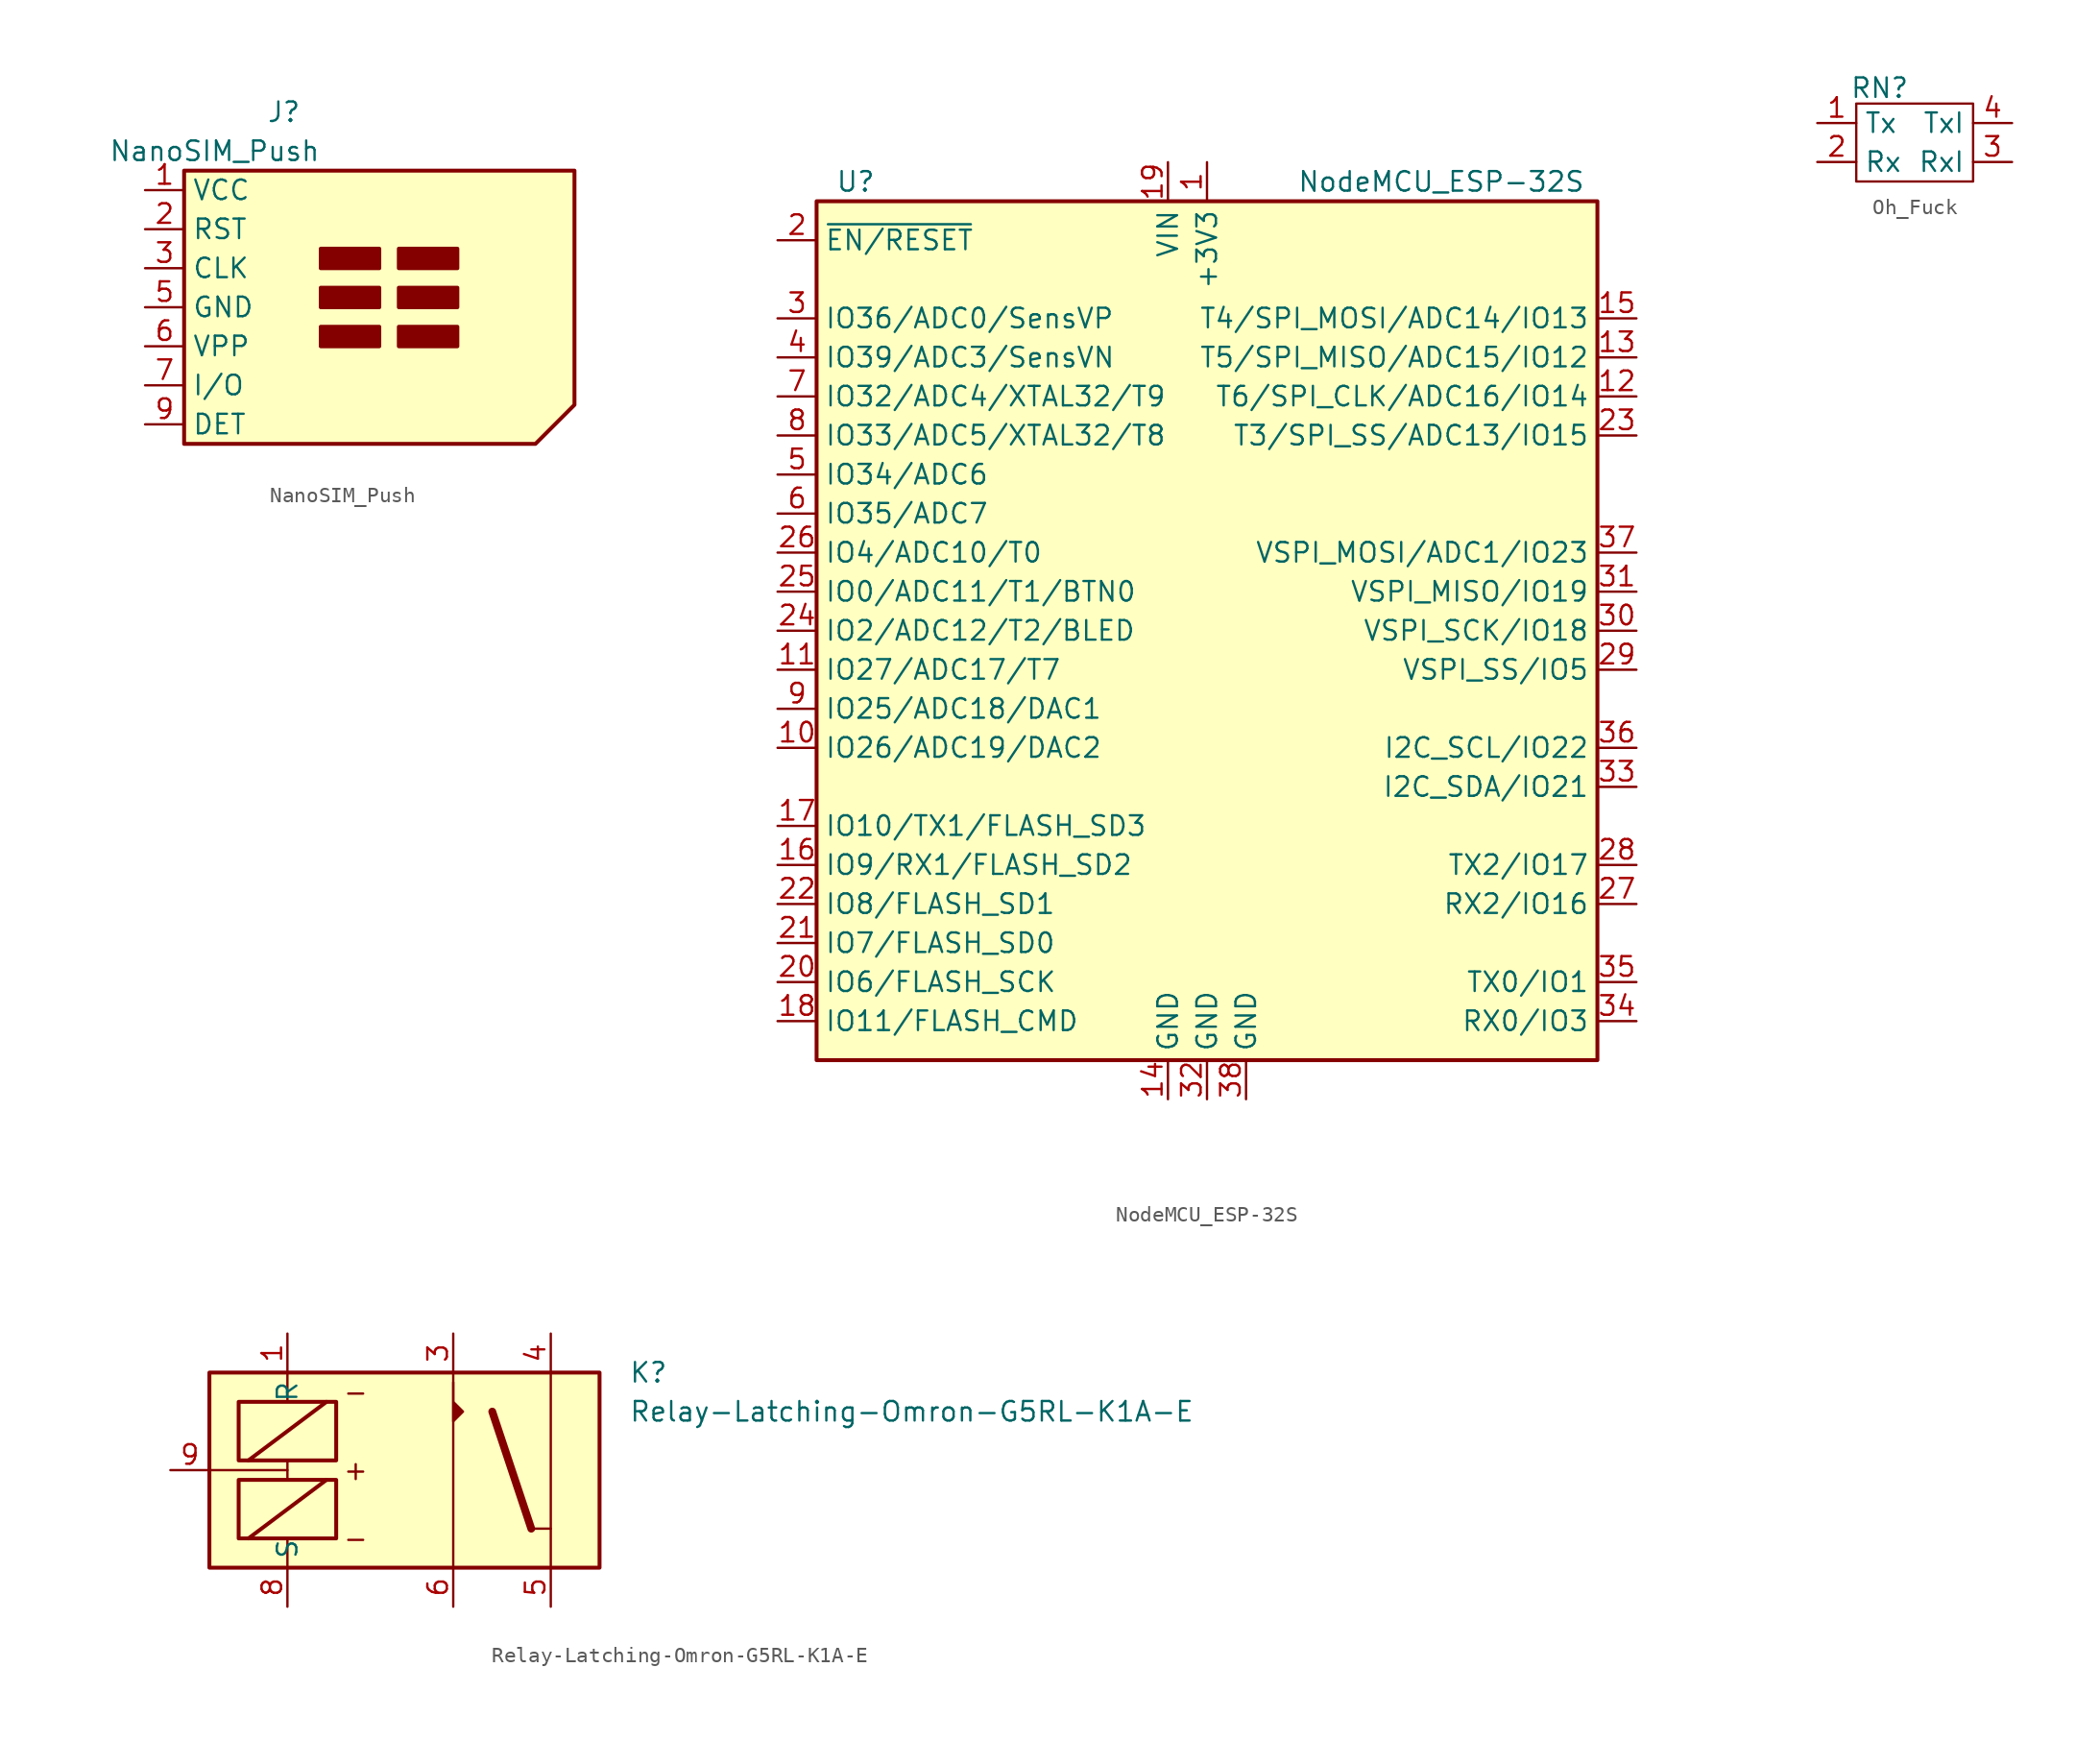
<source format=kicad_sym>
(kicad_symbol_lib
  (version 20231120)
  (generator "kicad_symbol_editor")
  (generator_version "8.0")
  (symbol "NanoSIM_Push"
    (property "Reference" "J"
      (at -2.54 12.7 0)
      (effects (font (size 1.27 1.27)) (justify right)))
    (property "Value" "NanoSIM_Push"
      (at -1.27 10.16 0)
      (effects (font (size 1.27 1.27)) (justify right)))
    (symbol "NanoSIM_Push_0_1"
      (rectangle (start -1.27 -2.54) (end 2.54 -1.27) (stroke (width 0.254) (type default)) (fill (type outline)))
      (rectangle (start -1.27 0) (end 2.54 1.27) (stroke (width 0.254) (type default)) (fill (type outline)))
      (rectangle (start -1.27 2.54) (end 2.54 3.81) (stroke (width 0.254) (type default)) (fill (type outline)))
      (polyline (pts (xy -10.16 8.89) (xy 15.24 8.89) (xy 15.24 -6.35) (xy 12.7 -8.89) (xy -10.16 -8.89) (xy -10.16 8.89)) (stroke (width 0.254) (type default)) (fill (type background)))
      (rectangle (start 3.81 -1.27) (end 7.62 -2.54) (stroke (width 0.254) (type default)) (fill (type outline)))
      (rectangle (start 3.81 0) (end 7.62 1.27) (stroke (width 0.254) (type default)) (fill (type outline)))
      (rectangle (start 3.81 2.54) (end 7.62 3.81) (stroke (width 0.254) (type default)) (fill (type outline))))
    (symbol "NanoSIM_Push_1_1"
      (pin power_in line (at -12.7 7.62 0) (length 2.54) (name "VCC" (effects (font (size 1.27 1.27)))) (number "1" (effects (font (size 1.27 1.27)))))
      (pin input line (at -12.7 5.08 0) (length 2.54) (name "RST" (effects (font (size 1.27 1.27)))) (number "2" (effects (font (size 1.27 1.27)))))
      (pin input line (at -12.7 2.54 0) (length 2.54) (name "CLK" (effects (font (size 1.27 1.27)))) (number "3" (effects (font (size 1.27 1.27)))))
      (pin power_in line (at -12.7 0 0) (length 2.54) (name "GND" (effects (font (size 1.27 1.27)))) (number "5" (effects (font (size 1.27 1.27)))))
      (pin input line (at -12.7 -2.54 0) (length 2.54) (name "VPP" (effects (font (size 1.27 1.27)))) (number "6" (effects (font (size 1.27 1.27)))))
      (pin bidirectional line (at -12.7 -5.08 0) (length 2.54) (name "I/O" (effects (font (size 1.27 1.27)))) (number "7" (effects (font (size 1.27 1.27)))))
      (pin output line (at -12.7 -7.62 0) (length 2.54) (name "DET" (effects (font (size 1.27 1.27)))) (number "9" (effects (font (size 1.27 1.27)))))))
  (symbol "NodeMCU_ESP-32S"
    (property "Reference" "U"
      (at -22.86 29.21 0)
      (effects (font (size 1.27 1.27))))
    (property "Value" "NodeMCU_ESP-32S"
      (at 15.24 29.21 0)
      (effects (font (size 1.27 1.27))))
    (symbol "NodeMCU_ESP-32S_0_1"
      (rectangle (start -25.4 -27.94) (end 25.4 27.94) (stroke (width 0.254) (type default)) (fill (type background))))
    (symbol "NodeMCU_ESP-32S_1_1"
      (pin power_in line (at 0 30.48 270) (length 2.54) (name "+3V3" (effects (font (size 1.27 1.27)))) (number "1" (effects (font (size 1.27 1.27)))))
      (pin bidirectional line (at -27.94 -7.62 0) (length 2.54) (name "IO26/ADC19/DAC2" (effects (font (size 1.27 1.27)))) (number "10" (effects (font (size 1.27 1.27)))))
      (pin bidirectional line (at -27.94 -2.54 0) (length 2.54) (name "IO27/ADC17/T7" (effects (font (size 1.27 1.27)))) (number "11" (effects (font (size 1.27 1.27)))))
      (pin bidirectional line (at 27.94 15.24 180) (length 2.54) (name "T6/SPI_CLK/ADC16/IO14" (effects (font (size 1.27 1.27)))) (number "12" (effects (font (size 1.27 1.27)))))
      (pin bidirectional line (at 27.94 17.78 180) (length 2.54) (name "T5/SPI_MISO/ADC15/IO12" (effects (font (size 1.27 1.27)))) (number "13" (effects (font (size 1.27 1.27)))))
      (pin power_in line (at -2.54 -30.48 90) (length 2.54) (name "GND" (effects (font (size 1.27 1.27)))) (number "14" (effects (font (size 1.27 1.27)))))
      (pin bidirectional line (at 27.94 20.32 180) (length 2.54) (name "T4/SPI_MOSI/ADC14/IO13" (effects (font (size 1.27 1.27)))) (number "15" (effects (font (size 1.27 1.27)))))
      (pin bidirectional line (at -27.94 -15.24 0) (length 2.54) (name "IO9/RX1/FLASH_SD2" (effects (font (size 1.27 1.27)))) (number "16" (effects (font (size 1.27 1.27)))))
      (pin bidirectional line (at -27.94 -12.7 0) (length 2.54) (name "IO10/TX1/FLASH_SD3" (effects (font (size 1.27 1.27)))) (number "17" (effects (font (size 1.27 1.27)))))
      (pin bidirectional line (at -27.94 -25.4 0) (length 2.54) (name "IO11/FLASH_CMD" (effects (font (size 1.27 1.27)))) (number "18" (effects (font (size 1.27 1.27)))))
      (pin power_in line (at -2.54 30.48 270) (length 2.54) (name "VIN" (effects (font (size 1.27 1.27)))) (number "19" (effects (font (size 1.27 1.27)))))
      (pin input line (at -27.94 25.4 0) (length 2.54) (name "~{EN/RESET}" (effects (font (size 1.27 1.27)))) (number "2" (effects (font (size 1.27 1.27)))))
      (pin bidirectional line (at -27.94 -22.86 0) (length 2.54) (name "IO6/FLASH_SCK" (effects (font (size 1.27 1.27)))) (number "20" (effects (font (size 1.27 1.27)))))
      (pin bidirectional line (at -27.94 -20.32 0) (length 2.54) (name "IO7/FLASH_SD0" (effects (font (size 1.27 1.27)))) (number "21" (effects (font (size 1.27 1.27)))))
      (pin bidirectional line (at -27.94 -17.78 0) (length 2.54) (name "IO8/FLASH_SD1" (effects (font (size 1.27 1.27)))) (number "22" (effects (font (size 1.27 1.27)))))
      (pin bidirectional line (at 27.94 12.7 180) (length 2.54) (name "T3/SPI_SS/ADC13/IO15" (effects (font (size 1.27 1.27)))) (number "23" (effects (font (size 1.27 1.27)))))
      (pin bidirectional line (at -27.94 0 0) (length 2.54) (name "IO2/ADC12/T2/BLED" (effects (font (size 1.27 1.27)))) (number "24" (effects (font (size 1.27 1.27)))))
      (pin bidirectional line (at -27.94 2.54 0) (length 2.54) (name "IO0/ADC11/T1/BTN0" (effects (font (size 1.27 1.27)))) (number "25" (effects (font (size 1.27 1.27)))))
      (pin bidirectional line (at -27.94 5.08 0) (length 2.54) (name "IO4/ADC10/T0" (effects (font (size 1.27 1.27)))) (number "26" (effects (font (size 1.27 1.27)))))
      (pin bidirectional line (at 27.94 -17.78 180) (length 2.54) (name "RX2/IO16" (effects (font (size 1.27 1.27)))) (number "27" (effects (font (size 1.27 1.27)))))
      (pin bidirectional line (at 27.94 -15.24 180) (length 2.54) (name "TX2/IO17" (effects (font (size 1.27 1.27)))) (number "28" (effects (font (size 1.27 1.27)))))
      (pin bidirectional line (at 27.94 -2.54 180) (length 2.54) (name "VSPI_SS/IO5" (effects (font (size 1.27 1.27)))) (number "29" (effects (font (size 1.27 1.27)))))
      (pin bidirectional line (at -27.94 20.32 0) (length 2.54) (name "IO36/ADC0/SensVP" (effects (font (size 1.27 1.27)))) (number "3" (effects (font (size 1.27 1.27)))))
      (pin bidirectional line (at 27.94 0 180) (length 2.54) (name "VSPI_SCK/IO18" (effects (font (size 1.27 1.27)))) (number "30" (effects (font (size 1.27 1.27)))))
      (pin bidirectional line (at 27.94 2.54 180) (length 2.54) (name "VSPI_MISO/IO19" (effects (font (size 1.27 1.27)))) (number "31" (effects (font (size 1.27 1.27)))))
      (pin power_in line (at 0 -30.48 90) (length 2.54) (name "GND" (effects (font (size 1.27 1.27)))) (number "32" (effects (font (size 1.27 1.27)))))
      (pin bidirectional line (at 27.94 -10.16 180) (length 2.54) (name "I2C_SDA/IO21" (effects (font (size 1.27 1.27)))) (number "33" (effects (font (size 1.27 1.27)))))
      (pin bidirectional line (at 27.94 -25.4 180) (length 2.54) (name "RX0/IO3" (effects (font (size 1.27 1.27)))) (number "34" (effects (font (size 1.27 1.27)))))
      (pin bidirectional line (at 27.94 -22.86 180) (length 2.54) (name "TX0/IO1" (effects (font (size 1.27 1.27)))) (number "35" (effects (font (size 1.27 1.27)))))
      (pin bidirectional line (at 27.94 -7.62 180) (length 2.54) (name "I2C_SCL/IO22" (effects (font (size 1.27 1.27)))) (number "36" (effects (font (size 1.27 1.27)))))
      (pin bidirectional line (at 27.94 5.08 180) (length 2.54) (name "VSPI_MOSI/ADC1/IO23" (effects (font (size 1.27 1.27)))) (number "37" (effects (font (size 1.27 1.27)))))
      (pin power_in line (at 2.54 -30.48 90) (length 2.54) (name "GND" (effects (font (size 1.27 1.27)))) (number "38" (effects (font (size 1.27 1.27)))))
      (pin bidirectional line (at -27.94 17.78 0) (length 2.54) (name "IO39/ADC3/SensVN" (effects (font (size 1.27 1.27)))) (number "4" (effects (font (size 1.27 1.27)))))
      (pin bidirectional line (at -27.94 10.16 0) (length 2.54) (name "IO34/ADC6" (effects (font (size 1.27 1.27)))) (number "5" (effects (font (size 1.27 1.27)))))
      (pin bidirectional line (at -27.94 7.62 0) (length 2.54) (name "IO35/ADC7" (effects (font (size 1.27 1.27)))) (number "6" (effects (font (size 1.27 1.27)))))
      (pin bidirectional line (at -27.94 15.24 0) (length 2.54) (name "IO32/ADC4/XTAL32/T9" (effects (font (size 1.27 1.27)))) (number "7" (effects (font (size 1.27 1.27)))))
      (pin bidirectional line (at -27.94 12.7 0) (length 2.54) (name "IO33/ADC5/XTAL32/T8" (effects (font (size 1.27 1.27)))) (number "8" (effects (font (size 1.27 1.27)))))
      (pin bidirectional line (at -27.94 -5.08 0) (length 2.54) (name "IO25/ADC18/DAC1" (effects (font (size 1.27 1.27)))) (number "9" (effects (font (size 1.27 1.27)))))))
  (symbol "Oh_Fuck"
    (property "Reference" "RN"
      (at -1.016 3.556 0)
      (effects (font (size 1.27 1.27))))
    (property "Value" ""
      (at 0 0 0)
      (effects (font (size 1.27 1.27))))
    (symbol "Oh_Fuck_0_1"
      (rectangle (start -2.54 2.54) (end 5.08 -2.54) (stroke (width 0) (type default)) (fill (type none))))
    (symbol "Oh_Fuck_1_1"
      (pin output line (at -5.08 1.27 0) (length 2.54) (name "Tx" (effects (font (size 1.27 1.27)))) (number "1" (effects (font (size 1.27 1.27)))))
      (pin input line (at -5.08 -1.27 0) (length 2.54) (name "Rx" (effects (font (size 1.27 1.27)))) (number "2" (effects (font (size 1.27 1.27)))))
      (pin output line (at 7.62 -1.27 180) (length 2.54) (name "RxI" (effects (font (size 1.27 1.27)))) (number "3" (effects (font (size 1.27 1.27)))))
      (pin input line (at 7.62 1.27 180) (length 2.54) (name "TxI" (effects (font (size 1.27 1.27)))) (number "4" (effects (font (size 1.27 1.27)))))))
  (symbol "Relay-Latching-Omron-G5RL-K1A-E"
    (property "Reference" "K"
      (at 17.145 6.35 0)
      (effects (font (size 1.27 1.27)) (justify left)))
    (property "Value" "Relay-Latching-Omron-G5RL-K1A-E"
      (at 17.145 3.81 0)
      (effects (font (size 1.27 1.27)) (justify left)))
    (symbol "Relay-Latching-Omron-G5RL-K1A-E_0_0"
      (polyline (pts (xy -10.16 0) (xy -5.08 0)) (stroke (width 0) (type default)) (fill (type none)))
      (polyline (pts (xy -5.08 -6.35) (xy -5.08 -4.445)) (stroke (width 0) (type default)) (fill (type none)))
      (polyline (pts (xy -5.08 -0.635) (xy -5.08 0.635)) (stroke (width 0) (type default)) (fill (type none)))
      (polyline (pts (xy -5.08 4.445) (xy -5.08 6.35)) (stroke (width 0) (type default)) (fill (type none)))
      (polyline (pts (xy 5.715 6.35) (xy 5.715 -6.35)) (stroke (width 0) (type default)) (fill (type none)))
      (polyline (pts (xy 10.795 -3.81) (xy 12.065 -3.81)) (stroke (width 0) (type default)) (fill (type none)))
      (polyline (pts (xy 12.065 -6.35) (xy 12.065 6.35)) (stroke (width 0) (type default)) (fill (type none)))
      (text "+" (at -0.635 0 0) (effects (font (size 1.27 1.27))))
      (text "-" (at -0.635 -4.445 0) (effects (font (size 1.27 1.27))))
      (text "-" (at -0.635 5.08 0) (effects (font (size 1.27 1.27)))))
    (symbol "Relay-Latching-Omron-G5RL-K1A-E_0_1"
      (rectangle (start -10.16 6.35) (end 15.24 -6.35) (stroke (width 0.254) (type default)) (fill (type background)))
      (rectangle (start -8.255 -0.635) (end -1.905 -4.445) (stroke (width 0.254) (type default)) (fill (type none)))
      (rectangle (start -8.255 4.445) (end -1.905 0.635) (stroke (width 0.254) (type default)) (fill (type none)))
      (polyline (pts (xy -7.62 -4.445) (xy -2.54 -0.635)) (stroke (width 0.254) (type default)) (fill (type none)))
      (polyline (pts (xy -7.62 0.635) (xy -2.54 4.445)) (stroke (width 0.254) (type default)) (fill (type none)))
      (polyline (pts (xy 10.795 -3.81) (xy 8.255 3.81)) (stroke (width 0.508) (type default)) (fill (type none)))
      (polyline (pts (xy 5.715 5.715) (xy 5.715 3.175) (xy 6.35 3.81) (xy 5.715 4.445)) (stroke (width 0) (type default)) (fill (type outline))))
    (symbol "Relay-Latching-Omron-G5RL-K1A-E_1_1"
      (pin passive line (at -5.08 8.89 270) (length 2.54) (name "R" (effects (font (size 1.27 1.27)))) (number "1" (effects (font (size 1.27 1.27)))))
      (pin passive line (at 5.715 8.89 270) (length 2.54) (name "~" (effects (font (size 1.27 1.27)))) (number "3" (effects (font (size 1.27 1.27)))))
      (pin passive line (at 12.065 8.89 270) (length 2.54) (name "~" (effects (font (size 1.27 1.27)))) (number "4" (effects (font (size 1.27 1.27)))))
      (pin passive line (at 12.065 -8.89 90) (length 2.54) (name "~" (effects (font (size 1.27 1.27)))) (number "5" (effects (font (size 1.27 1.27)))))
      (pin passive line (at 5.715 -8.89 90) (length 2.54) (name "~" (effects (font (size 1.27 1.27)))) (number "6" (effects (font (size 1.27 1.27)))))
      (pin passive line (at -5.08 -8.89 90) (length 2.54) (name "S" (effects (font (size 1.27 1.27)))) (number "8" (effects (font (size 1.27 1.27)))))
      (pin passive line (at -12.7 0 0) (length 2.54) (name "~" (effects (font (size 1.27 1.27)))) (number "9" (effects (font (size 1.27 1.27))))))))
</source>
